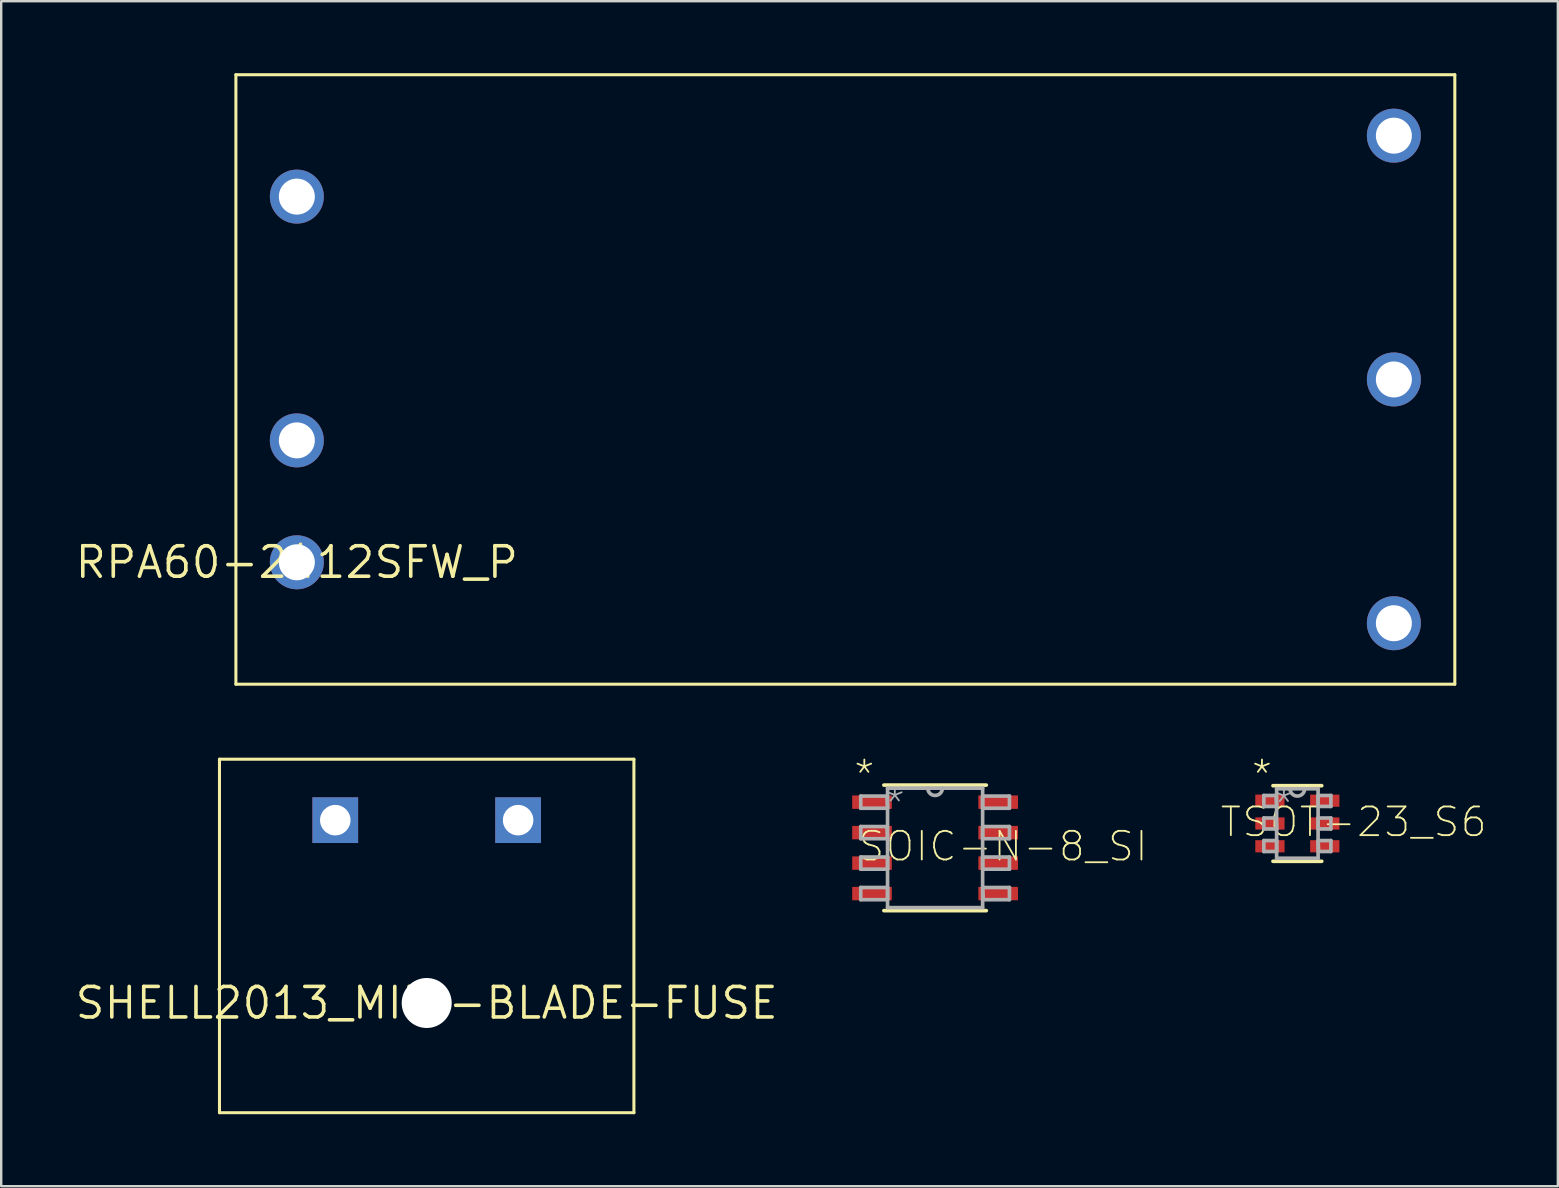
<source format=kicad_pcb>
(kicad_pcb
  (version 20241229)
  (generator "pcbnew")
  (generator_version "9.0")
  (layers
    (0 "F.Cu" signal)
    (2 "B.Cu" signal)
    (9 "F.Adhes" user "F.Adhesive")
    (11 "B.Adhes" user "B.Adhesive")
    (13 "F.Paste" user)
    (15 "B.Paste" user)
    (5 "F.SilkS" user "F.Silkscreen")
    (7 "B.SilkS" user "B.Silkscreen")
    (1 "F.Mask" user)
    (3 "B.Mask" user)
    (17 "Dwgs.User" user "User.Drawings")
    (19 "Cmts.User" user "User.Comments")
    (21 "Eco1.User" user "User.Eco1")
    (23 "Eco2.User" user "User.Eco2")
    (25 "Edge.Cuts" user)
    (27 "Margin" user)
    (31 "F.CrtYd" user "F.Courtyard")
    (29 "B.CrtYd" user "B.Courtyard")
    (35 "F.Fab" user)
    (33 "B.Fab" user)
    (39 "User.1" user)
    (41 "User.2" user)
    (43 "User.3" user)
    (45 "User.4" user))
  (footprint "SHELL2013_MINI-BLADE-FUSE"
    (layer "F.Cu")
    (at 14.733 38.751)
    (property "Reference" "SHELL2013_MINI-BLADE-FUSE" (at 0 0 0) (layer "F.SilkS") (effects (font (size 1.27 1.27) (thickness 0.15))))
    (fp_line (start -8.636 -10.16) (end 8.636 -10.16) (stroke (width 0.127) (type solid)) (layer "F.SilkS"))
    (fp_line (start -8.636 4.572) (end -8.636 -10.16) (stroke (width 0.127) (type solid)) (layer "F.SilkS"))
    (fp_line (start -8.636 4.572) (end 8.636 4.572) (stroke (width 0.127) (type solid)) (layer "F.SilkS"))
    (fp_line (start 8.636 -10.16) (end 8.636 4.572) (stroke (width 0.127) (type solid)) (layer "F.SilkS"))
    (pad "" np_thru_hole circle (at 0 0) (size 2.083 2.083) (drill 2.083) (layers "*.Cu" "*.Mask"))
    (pad "IN" thru_hole rect (at 3.81 -7.62) (size 1.905 1.905) (drill 1.27) (layers "*.Cu" "*.Mask"))
    (pad "OUT" thru_hole rect (at -3.81 -7.62) (size 1.905 1.905) (drill 1.27) (layers "*.Cu" "*.Mask")))
  (footprint "RPA60-2412SFW_P"
    (layer "F.Cu")
    (at 9.321 20.384)
    (property "Reference" "RPA60-2412SFW_P" (at 0 0 0) (layer "F.SilkS") (effects (font (size 1.27 1.27) (thickness 0.15))))
    (fp_line (start -2.54 -20.32) (end -2.54 5.08) (stroke (width 0.127) (type solid)) (layer "F.SilkS"))
    (fp_line (start 48.26 -20.32) (end -2.54 -20.32) (stroke (width 0.127) (type solid)) (layer "F.SilkS"))
    (fp_line (start 48.26 -20.32) (end 48.26 5.08) (stroke (width 0.127) (type solid)) (layer "F.SilkS"))
    (fp_line (start 48.26 5.08) (end -2.54 5.08) (stroke (width 0.127) (type solid)) (layer "F.SilkS"))
    (pad "P$1" thru_hole circle (at 0 0) (size 2.25 2.25) (drill 1.5) (layers "*.Cu" "*.Mask"))
    (pad "P$2" thru_hole circle (at 0 -5.08) (size 2.25 2.25) (drill 1.5) (layers "*.Cu" "*.Mask"))
    (pad "P$3" thru_hole circle (at 0 -15.24) (size 2.25 2.25) (drill 1.5) (layers "*.Cu" "*.Mask"))
    (pad "P$4" thru_hole circle (at 45.72 -17.78) (size 2.25 2.25) (drill 1.5) (layers "*.Cu" "*.Mask"))
    (pad "P$5" thru_hole circle (at 45.72 -7.62) (size 2.25 2.25) (drill 1.5) (layers "*.Cu" "*.Mask"))
    (pad "P$6" thru_hole circle (at 45.72 2.54) (size 2.25 2.25) (drill 1.5) (layers "*.Cu" "*.Mask")))
  (footprint "SOIC-N-8_SI"
    (layer "F.Cu")
    (at 35.921 32.286)
    (property "Reference" "SOIC-N-8_SI" (at -3.277 0.635 0) (layer "F.SilkS") (effects (font (size 1.194 1.194) (thickness 0.076)) (justify left bottom)))
    (fp_line (start -2.134 2.616) (end 2.134 2.616) (stroke (width 0.152) (type solid)) (layer "F.SilkS"))
    (fp_line (start 2.134 -2.616) (end -2.134 -2.616) (stroke (width 0.152) (type solid)) (layer "F.SilkS"))
    (fp_line (start -3.099 -2.159) (end -3.099 -1.651) (stroke (width 0.152) (type solid)) (layer "F.Fab"))
    (fp_line (start -3.099 -1.651) (end -1.981 -1.651) (stroke (width 0.152) (type solid)) (layer "F.Fab"))
    (fp_line (start -3.099 -0.889) (end -3.099 -0.381) (stroke (width 0.152) (type solid)) (layer "F.Fab"))
    (fp_line (start -3.099 -0.381) (end -1.981 -0.381) (stroke (width 0.152) (type solid)) (layer "F.Fab"))
    (fp_line (start -3.099 0.381) (end -3.099 0.889) (stroke (width 0.152) (type solid)) (layer "F.Fab"))
    (fp_line (start -3.099 0.889) (end -1.981 0.889) (stroke (width 0.152) (type solid)) (layer "F.Fab"))
    (fp_line (start -3.099 1.651) (end -3.099 2.159) (stroke (width 0.152) (type solid)) (layer "F.Fab"))
    (fp_line (start -3.099 2.159) (end -1.981 2.159) (stroke (width 0.152) (type solid)) (layer "F.Fab"))
    (fp_line (start -2.007 -2.159) (end -3.099 -2.159) (stroke (width 0.152) (type solid)) (layer "F.Fab"))
    (fp_line (start -2.007 -0.889) (end -3.099 -0.889) (stroke (width 0.152) (type solid)) (layer "F.Fab"))
    (fp_line (start -1.981 -2.489) (end -1.981 2.489) (stroke (width 0.152) (type solid)) (layer "F.Fab"))
    (fp_line (start -1.981 -1.651) (end -2.007 -2.159) (stroke (width 0.152) (type solid)) (layer "F.Fab"))
    (fp_line (start -1.981 -0.381) (end -2.007 -0.889) (stroke (width 0.152) (type solid)) (layer "F.Fab"))
    (fp_line (start -1.981 0.381) (end -3.099 0.381) (stroke (width 0.152) (type solid)) (layer "F.Fab"))
    (fp_line (start -1.981 0.889) (end -1.981 0.381) (stroke (width 0.152) (type solid)) (layer "F.Fab"))
    (fp_line (start -1.981 1.651) (end -3.099 1.651) (stroke (width 0.152) (type solid)) (layer "F.Fab"))
    (fp_line (start -1.981 2.159) (end -1.981 1.651) (stroke (width 0.152) (type solid)) (layer "F.Fab"))
    (fp_line (start -1.981 2.489) (end 1.981 2.489) (stroke (width 0.152) (type solid)) (layer "F.Fab"))
    (fp_line (start -0.305 -2.489) (end -1.981 -2.489) (stroke (width 0.152) (type solid)) (layer "F.Fab"))
    (fp_line (start 0.305 -2.489) (end -0.305 -2.489) (stroke (width 0.152) (type solid)) (layer "F.Fab"))
    (fp_line (start 1.981 -2.489) (end 0.305 -2.489) (stroke (width 0.152) (type solid)) (layer "F.Fab"))
    (fp_line (start 1.981 -2.159) (end 1.981 -1.651) (stroke (width 0.152) (type solid)) (layer "F.Fab"))
    (fp_line (start 1.981 -1.651) (end 3.099 -1.651) (stroke (width 0.152) (type solid)) (layer "F.Fab"))
    (fp_line (start 1.981 -0.889) (end 1.981 -0.381) (stroke (width 0.152) (type solid)) (layer "F.Fab"))
    (fp_line (start 1.981 -0.381) (end 3.099 -0.381) (stroke (width 0.152) (type solid)) (layer "F.Fab"))
    (fp_line (start 1.981 0.381) (end 1.981 0.889) (stroke (width 0.152) (type solid)) (layer "F.Fab"))
    (fp_line (start 1.981 0.889) (end 3.099 0.889) (stroke (width 0.152) (type solid)) (layer "F.Fab"))
    (fp_line (start 1.981 1.651) (end 2.007 2.159) (stroke (width 0.152) (type solid)) (layer "F.Fab"))
    (fp_line (start 1.981 2.489) (end 1.981 -2.489) (stroke (width 0.152) (type solid)) (layer "F.Fab"))
    (fp_line (start 2.007 2.159) (end 3.099 2.159) (stroke (width 0.152) (type solid)) (layer "F.Fab"))
    (fp_line (start 3.099 -2.159) (end 1.981 -2.159) (stroke (width 0.152) (type solid)) (layer "F.Fab"))
    (fp_line (start 3.099 -1.651) (end 3.099 -2.159) (stroke (width 0.152) (type solid)) (layer "F.Fab"))
    (fp_line (start 3.099 -0.889) (end 1.981 -0.889) (stroke (width 0.152) (type solid)) (layer "F.Fab"))
    (fp_line (start 3.099 -0.381) (end 3.099 -0.889) (stroke (width 0.152) (type solid)) (layer "F.Fab"))
    (fp_line (start 3.099 0.381) (end 1.981 0.381) (stroke (width 0.152) (type solid)) (layer "F.Fab"))
    (fp_line (start 3.099 0.889) (end 3.099 0.381) (stroke (width 0.152) (type solid)) (layer "F.Fab"))
    (fp_line (start 3.099 1.651) (end 1.981 1.651) (stroke (width 0.152) (type solid)) (layer "F.Fab"))
    (fp_line (start 3.099 2.159) (end 3.099 1.651) (stroke (width 0.152) (type solid)) (layer "F.Fab"))
    (fp_arc (start 0.3048 -2.4892) (mid 0 -2.1844) (end -0.3048 -2.4892) (stroke (width 0.1524) (type solid)) (layer "F.Fab"))
    (fp_text user "*" (at -3.454 -2.337 0) (layer "F.SilkS") (effects (font (size 1.194 1.194) (thickness 0.076)) (justify left bottom)))
    (fp_text user "*" (at -2.184 -1.143 0) (layer "F.Fab") (effects (font (size 1.194 1.194) (thickness 0.076)) (justify left bottom)))
    (pad "1" smd rect (at -2.629 -1.905) (size 1.651 0.559) (layers "F.Cu" "F.Mask" "F.Paste"))
    (pad "2" smd rect (at -2.629 -0.635) (size 1.651 0.559) (layers "F.Cu" "F.Mask" "F.Paste"))
    (pad "3" smd rect (at -2.629 0.635) (size 1.651 0.559) (layers "F.Cu" "F.Mask" "F.Paste"))
    (pad "4" smd rect (at -2.629 1.905) (size 1.651 0.559) (layers "F.Cu" "F.Mask" "F.Paste"))
    (pad "5" smd rect (at 2.629 1.905) (size 1.651 0.559) (layers "F.Cu" "F.Mask" "F.Paste"))
    (pad "6" smd rect (at 2.629 0.635) (size 1.651 0.559) (layers "F.Cu" "F.Mask" "F.Paste"))
    (pad "7" smd rect (at 2.629 -0.635) (size 1.651 0.559) (layers "F.Cu" "F.Mask" "F.Paste"))
    (pad "8" smd rect (at 2.629 -1.905) (size 1.651 0.559) (layers "F.Cu" "F.Mask" "F.Paste")))
  (footprint "TSOT-23_S6"
    (layer "F.Cu")
    (at 51.019 31.27)
    (property "Reference" "TSOT-23_S6" (at -3.277 0.635 0) (layer "F.SilkS") (effects (font (size 1.194 1.194) (thickness 0.076)) (justify left bottom)))
    (fp_line (start -1.016 1.575) (end 1.016 1.575) (stroke (width 0.152) (type solid)) (layer "F.SilkS"))
    (fp_line (start 1.016 -1.575) (end -1.016 -1.575) (stroke (width 0.152) (type solid)) (layer "F.SilkS"))
    (fp_line (start -1.397 -1.168) (end -1.397 -0.711) (stroke (width 0.152) (type solid)) (layer "F.Fab"))
    (fp_line (start -1.397 -0.711) (end -0.864 -0.711) (stroke (width 0.152) (type solid)) (layer "F.Fab"))
    (fp_line (start -1.397 -0.229) (end -1.397 0.229) (stroke (width 0.152) (type solid)) (layer "F.Fab"))
    (fp_line (start -1.397 0.229) (end -0.864 0.229) (stroke (width 0.152) (type solid)) (layer "F.Fab"))
    (fp_line (start -1.397 0.711) (end -1.397 1.168) (stroke (width 0.152) (type solid)) (layer "F.Fab"))
    (fp_line (start -1.397 1.168) (end -0.864 1.168) (stroke (width 0.152) (type solid)) (layer "F.Fab"))
    (fp_line (start -0.889 -1.168) (end -1.397 -1.168) (stroke (width 0.152) (type solid)) (layer "F.Fab"))
    (fp_line (start -0.889 -0.229) (end -1.397 -0.229) (stroke (width 0.152) (type solid)) (layer "F.Fab"))
    (fp_line (start -0.864 -1.448) (end -0.864 1.448) (stroke (width 0.152) (type solid)) (layer "F.Fab"))
    (fp_line (start -0.864 -0.711) (end -0.889 -1.168) (stroke (width 0.152) (type solid)) (layer "F.Fab"))
    (fp_line (start -0.864 0.229) (end -0.889 -0.229) (stroke (width 0.152) (type solid)) (layer "F.Fab"))
    (fp_line (start -0.864 0.711) (end -1.397 0.711) (stroke (width 0.152) (type solid)) (layer "F.Fab"))
    (fp_line (start -0.864 1.168) (end -0.864 0.711) (stroke (width 0.152) (type solid)) (layer "F.Fab"))
    (fp_line (start -0.864 1.448) (end 0.864 1.448) (stroke (width 0.152) (type solid)) (layer "F.Fab"))
    (fp_line (start -0.305 -1.448) (end -0.864 -1.448) (stroke (width 0.152) (type solid)) (layer "F.Fab"))
    (fp_line (start 0.305 -1.448) (end -0.305 -1.448) (stroke (width 0.152) (type solid)) (layer "F.Fab"))
    (fp_line (start 0.864 -1.448) (end 0.305 -1.448) (stroke (width 0.152) (type solid)) (layer "F.Fab"))
    (fp_line (start 0.864 -1.168) (end 0.864 -0.711) (stroke (width 0.152) (type solid)) (layer "F.Fab"))
    (fp_line (start 0.864 -0.711) (end 1.397 -0.711) (stroke (width 0.152) (type solid)) (layer "F.Fab"))
    (fp_line (start 0.864 -0.229) (end 0.864 0.229) (stroke (width 0.152) (type solid)) (layer "F.Fab"))
    (fp_line (start 0.864 0.229) (end 1.397 0.229) (stroke (width 0.152) (type solid)) (layer "F.Fab"))
    (fp_line (start 0.864 0.711) (end 0.889 1.168) (stroke (width 0.152) (type solid)) (layer "F.Fab"))
    (fp_line (start 0.864 1.448) (end 0.864 -1.448) (stroke (width 0.152) (type solid)) (layer "F.Fab"))
    (fp_line (start 0.889 1.168) (end 1.397 1.168) (stroke (width 0.152) (type solid)) (layer "F.Fab"))
    (fp_line (start 1.397 -1.168) (end 0.864 -1.168) (stroke (width 0.152) (type solid)) (layer "F.Fab"))
    (fp_line (start 1.397 -0.711) (end 1.397 -1.168) (stroke (width 0.152) (type solid)) (layer "F.Fab"))
    (fp_line (start 1.397 -0.229) (end 0.864 -0.229) (stroke (width 0.152) (type solid)) (layer "F.Fab"))
    (fp_line (start 1.397 0.229) (end 1.397 -0.229) (stroke (width 0.152) (type solid)) (layer "F.Fab"))
    (fp_line (start 1.397 0.711) (end 0.864 0.711) (stroke (width 0.152) (type solid)) (layer "F.Fab"))
    (fp_line (start 1.397 1.168) (end 1.397 0.711) (stroke (width 0.152) (type solid)) (layer "F.Fab"))
    (fp_arc (start 0.3048 -1.4478) (mid 0 -1.143) (end -0.3048 -1.4478) (stroke (width 0.1524) (type solid)) (layer "F.Fab"))
    (fp_text user "*" (at -1.981 -1.321 0) (layer "F.SilkS") (effects (font (size 1.194 1.194) (thickness 0.076)) (justify left bottom)))
    (fp_text user "*" (at -1.067 -0.102 0) (layer "F.Fab") (effects (font (size 1.194 1.194) (thickness 0.076)) (justify left bottom)))
    (pad "1" smd rect (at -1.143 -0.95) (size 1.219 0.508) (layers "F.Cu" "F.Mask" "F.Paste"))
    (pad "2" smd rect (at -1.143 0) (size 1.219 0.508) (layers "F.Cu" "F.Mask" "F.Paste"))
    (pad "3" smd rect (at -1.143 0.95) (size 1.219 0.508) (layers "F.Cu" "F.Mask" "F.Paste"))
    (pad "4" smd rect (at 1.143 0.95) (size 1.219 0.508) (layers "F.Cu" "F.Mask" "F.Paste"))
    (pad "5" smd rect (at 1.143 0) (size 1.219 0.508) (layers "F.Cu" "F.Mask" "F.Paste"))
    (pad "6" smd rect (at 1.143 -0.95) (size 1.219 0.508) (layers "F.Cu" "F.Mask" "F.Paste")))
  (gr_rect
    (start -3 -3)
    (end 61.875 46.386)
    (stroke (width 0.1) (type default))
    (fill no)
    (layer "Edge.Cuts")))
</source>
